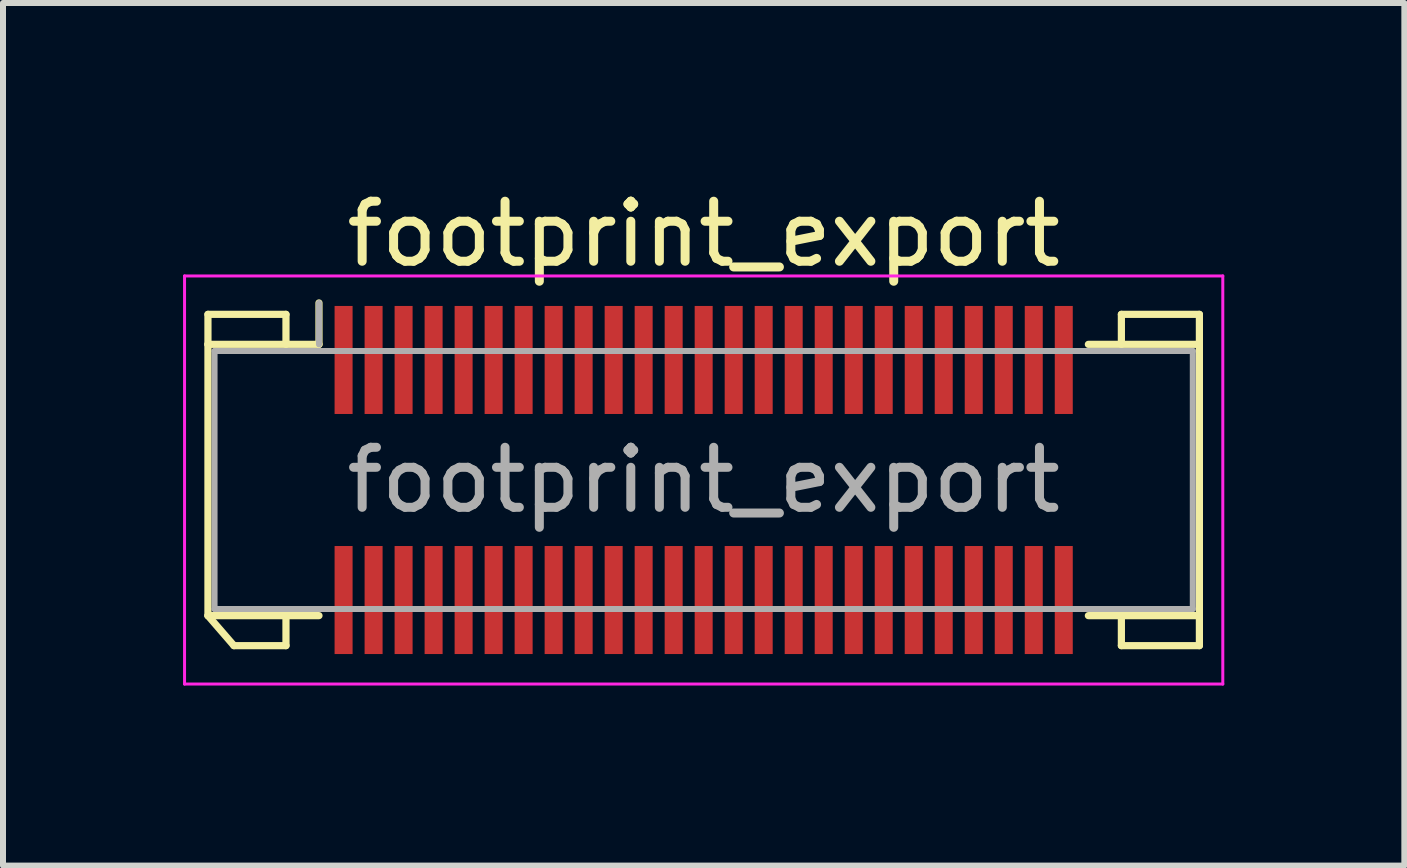
<source format=kicad_pcb>
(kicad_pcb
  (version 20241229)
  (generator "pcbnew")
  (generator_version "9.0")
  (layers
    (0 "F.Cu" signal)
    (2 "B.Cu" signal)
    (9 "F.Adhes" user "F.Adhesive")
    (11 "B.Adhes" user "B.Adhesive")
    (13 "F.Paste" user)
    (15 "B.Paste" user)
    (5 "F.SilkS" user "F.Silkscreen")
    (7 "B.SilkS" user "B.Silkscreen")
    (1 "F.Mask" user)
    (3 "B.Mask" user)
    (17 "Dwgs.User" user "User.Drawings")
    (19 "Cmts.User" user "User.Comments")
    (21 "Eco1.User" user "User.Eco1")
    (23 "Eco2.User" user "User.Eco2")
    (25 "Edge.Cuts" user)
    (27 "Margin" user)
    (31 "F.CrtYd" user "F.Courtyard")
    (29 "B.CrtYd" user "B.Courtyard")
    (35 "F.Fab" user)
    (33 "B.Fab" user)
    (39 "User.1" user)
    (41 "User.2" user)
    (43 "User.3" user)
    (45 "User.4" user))
  (footprint "footprint_export"
    (layer "F.Cu")
    (at 8.675 4.948)
    (property "Reference" "footprint_export" (at 0 -4.1 0) (layer "F.SilkS") (effects (font (size 1 1) (thickness 0.15))))
    (attr smd)
    (fp_line (start -8.26 -2.76) (end -6.96 -2.76) (stroke (width 0.12) (type solid)) (layer "F.SilkS"))
    (fp_line (start -8.26 -2.26) (end -8.26 -2.76) (stroke (width 0.12) (type solid)) (layer "F.SilkS"))
    (fp_line (start -8.26 -2.26) (end -6.41 -2.26) (stroke (width 0.12) (type solid)) (layer "F.SilkS"))
    (fp_line (start -8.26 2.26) (end -8.26 -2.26) (stroke (width 0.12) (type solid)) (layer "F.SilkS"))
    (fp_line (start -8.26 2.26) (end -7.827 2.76) (stroke (width 0.12) (type solid)) (layer "F.SilkS"))
    (fp_line (start -7.827 2.76) (end -6.96 2.76) (stroke (width 0.12) (type solid)) (layer "F.SilkS"))
    (fp_line (start -6.96 -2.76) (end -6.96 -2.26) (stroke (width 0.12) (type solid)) (layer "F.SilkS"))
    (fp_line (start -6.96 2.76) (end -6.96 2.26) (stroke (width 0.12) (type solid)) (layer "F.SilkS"))
    (fp_line (start -6.41 -2.26) (end -6.41 -2.95) (stroke (width 0.12) (type solid)) (layer "F.SilkS"))
    (fp_line (start -6.41 2.26) (end -8.26 2.26) (stroke (width 0.12) (type solid)) (layer "F.SilkS"))
    (fp_line (start 6.41 2.26) (end 8.26 2.26) (stroke (width 0.12) (type solid)) (layer "F.SilkS"))
    (fp_line (start 6.96 -2.76) (end 6.96 -2.26) (stroke (width 0.12) (type solid)) (layer "F.SilkS"))
    (fp_line (start 6.96 2.76) (end 6.96 2.26) (stroke (width 0.12) (type solid)) (layer "F.SilkS"))
    (fp_line (start 8.26 -2.76) (end 6.96 -2.76) (stroke (width 0.12) (type solid)) (layer "F.SilkS"))
    (fp_line (start 8.26 -2.26) (end 6.41 -2.26) (stroke (width 0.12) (type solid)) (layer "F.SilkS"))
    (fp_line (start 8.26 -2.26) (end 8.26 -2.76) (stroke (width 0.12) (type solid)) (layer "F.SilkS"))
    (fp_line (start 8.26 2.26) (end 8.26 -2.26) (stroke (width 0.12) (type solid)) (layer "F.SilkS"))
    (fp_line (start 8.26 2.26) (end 8.26 2.76) (stroke (width 0.12) (type solid)) (layer "F.SilkS"))
    (fp_line (start 8.26 2.76) (end 6.96 2.76) (stroke (width 0.12) (type solid)) (layer "F.SilkS"))
    (fp_line (start -8.65 -3.4) (end -8.65 3.4) (stroke (width 0.05) (type solid)) (layer "F.CrtYd"))
    (fp_line (start -8.65 3.4) (end 8.65 3.4) (stroke (width 0.05) (type solid)) (layer "F.CrtYd"))
    (fp_line (start 8.65 -3.4) (end -8.65 -3.4) (stroke (width 0.05) (type solid)) (layer "F.CrtYd"))
    (fp_line (start 8.65 3.4) (end 8.65 -3.4) (stroke (width 0.05) (type solid)) (layer "F.CrtYd"))
    (fp_line (start -8.15 -2.15) (end -8.15 2.15) (stroke (width 0.1) (type solid)) (layer "F.Fab"))
    (fp_line (start -8.15 2.15) (end 8.15 2.15) (stroke (width 0.1) (type solid)) (layer "F.Fab"))
    (fp_line (start -6.41 -2.26) (end -6.41 -2.95) (stroke (width 0.1) (type solid)) (layer "F.Fab"))
    (fp_line (start 8.15 -2.15) (end -8.15 -2.15) (stroke (width 0.1) (type solid)) (layer "F.Fab"))
    (fp_line (start 8.15 2.15) (end 8.15 -2.15) (stroke (width 0.1) (type solid)) (layer "F.Fab"))
    (fp_text user "${REFERENCE}" (at 0 0 0) (layer "F.Fab") (effects (font (size 1 1) (thickness 0.15))))
    (pad "1" smd rect (at -6 -2) (size 0.3 1.8) (layers "F.Cu" "F.Mask" "F.Paste"))
    (pad "2" smd rect (at -6 2) (size 0.3 1.8) (layers "F.Cu" "F.Mask" "F.Paste"))
    (pad "3" smd rect (at -5.5 -2) (size 0.3 1.8) (layers "F.Cu" "F.Mask" "F.Paste"))
    (pad "4" smd rect (at -5.5 2) (size 0.3 1.8) (layers "F.Cu" "F.Mask" "F.Paste"))
    (pad "5" smd rect (at -5 -2) (size 0.3 1.8) (layers "F.Cu" "F.Mask" "F.Paste"))
    (pad "6" smd rect (at -5 2) (size 0.3 1.8) (layers "F.Cu" "F.Mask" "F.Paste"))
    (pad "7" smd rect (at -4.5 -2) (size 0.3 1.8) (layers "F.Cu" "F.Mask" "F.Paste"))
    (pad "8" smd rect (at -4.5 2) (size 0.3 1.8) (layers "F.Cu" "F.Mask" "F.Paste"))
    (pad "9" smd rect (at -4 -2) (size 0.3 1.8) (layers "F.Cu" "F.Mask" "F.Paste"))
    (pad "10" smd rect (at -4 2) (size 0.3 1.8) (layers "F.Cu" "F.Mask" "F.Paste"))
    (pad "11" smd rect (at -3.5 -2) (size 0.3 1.8) (layers "F.Cu" "F.Mask" "F.Paste"))
    (pad "12" smd rect (at -3.5 2) (size 0.3 1.8) (layers "F.Cu" "F.Mask" "F.Paste"))
    (pad "13" smd rect (at -3 -2) (size 0.3 1.8) (layers "F.Cu" "F.Mask" "F.Paste"))
    (pad "14" smd rect (at -3 2) (size 0.3 1.8) (layers "F.Cu" "F.Mask" "F.Paste"))
    (pad "15" smd rect (at -2.5 -2) (size 0.3 1.8) (layers "F.Cu" "F.Mask" "F.Paste"))
    (pad "16" smd rect (at -2.5 2) (size 0.3 1.8) (layers "F.Cu" "F.Mask" "F.Paste"))
    (pad "17" smd rect (at -2 -2) (size 0.3 1.8) (layers "F.Cu" "F.Mask" "F.Paste"))
    (pad "18" smd rect (at -2 2) (size 0.3 1.8) (layers "F.Cu" "F.Mask" "F.Paste"))
    (pad "19" smd rect (at -1.5 -2) (size 0.3 1.8) (layers "F.Cu" "F.Mask" "F.Paste"))
    (pad "20" smd rect (at -1.5 2) (size 0.3 1.8) (layers "F.Cu" "F.Mask" "F.Paste"))
    (pad "21" smd rect (at -1 -2) (size 0.3 1.8) (layers "F.Cu" "F.Mask" "F.Paste"))
    (pad "22" smd rect (at -1 2) (size 0.3 1.8) (layers "F.Cu" "F.Mask" "F.Paste"))
    (pad "23" smd rect (at -0.5 -2) (size 0.3 1.8) (layers "F.Cu" "F.Mask" "F.Paste"))
    (pad "24" smd rect (at -0.5 2) (size 0.3 1.8) (layers "F.Cu" "F.Mask" "F.Paste"))
    (pad "25" smd rect (at 0 -2) (size 0.3 1.8) (layers "F.Cu" "F.Mask" "F.Paste"))
    (pad "26" smd rect (at 0 2) (size 0.3 1.8) (layers "F.Cu" "F.Mask" "F.Paste"))
    (pad "27" smd rect (at 0.5 -2) (size 0.3 1.8) (layers "F.Cu" "F.Mask" "F.Paste"))
    (pad "28" smd rect (at 0.5 2) (size 0.3 1.8) (layers "F.Cu" "F.Mask" "F.Paste"))
    (pad "29" smd rect (at 1 -2) (size 0.3 1.8) (layers "F.Cu" "F.Mask" "F.Paste"))
    (pad "30" smd rect (at 1 2) (size 0.3 1.8) (layers "F.Cu" "F.Mask" "F.Paste"))
    (pad "31" smd rect (at 1.5 -2) (size 0.3 1.8) (layers "F.Cu" "F.Mask" "F.Paste"))
    (pad "32" smd rect (at 1.5 2) (size 0.3 1.8) (layers "F.Cu" "F.Mask" "F.Paste"))
    (pad "33" smd rect (at 2 -2) (size 0.3 1.8) (layers "F.Cu" "F.Mask" "F.Paste"))
    (pad "34" smd rect (at 2 2) (size 0.3 1.8) (layers "F.Cu" "F.Mask" "F.Paste"))
    (pad "35" smd rect (at 2.5 -2) (size 0.3 1.8) (layers "F.Cu" "F.Mask" "F.Paste"))
    (pad "36" smd rect (at 2.5 2) (size 0.3 1.8) (layers "F.Cu" "F.Mask" "F.Paste"))
    (pad "37" smd rect (at 3 -2) (size 0.3 1.8) (layers "F.Cu" "F.Mask" "F.Paste"))
    (pad "38" smd rect (at 3 2) (size 0.3 1.8) (layers "F.Cu" "F.Mask" "F.Paste"))
    (pad "39" smd rect (at 3.5 -2) (size 0.3 1.8) (layers "F.Cu" "F.Mask" "F.Paste"))
    (pad "40" smd rect (at 3.5 2) (size 0.3 1.8) (layers "F.Cu" "F.Mask" "F.Paste"))
    (pad "41" smd rect (at 4 -2) (size 0.3 1.8) (layers "F.Cu" "F.Mask" "F.Paste"))
    (pad "42" smd rect (at 4 2) (size 0.3 1.8) (layers "F.Cu" "F.Mask" "F.Paste"))
    (pad "43" smd rect (at 4.5 -2) (size 0.3 1.8) (layers "F.Cu" "F.Mask" "F.Paste"))
    (pad "44" smd rect (at 4.5 2) (size 0.3 1.8) (layers "F.Cu" "F.Mask" "F.Paste"))
    (pad "45" smd rect (at 5 -2) (size 0.3 1.8) (layers "F.Cu" "F.Mask" "F.Paste"))
    (pad "46" smd rect (at 5 2) (size 0.3 1.8) (layers "F.Cu" "F.Mask" "F.Paste"))
    (pad "47" smd rect (at 5.5 -2) (size 0.3 1.8) (layers "F.Cu" "F.Mask" "F.Paste"))
    (pad "48" smd rect (at 5.5 2) (size 0.3 1.8) (layers "F.Cu" "F.Mask" "F.Paste"))
    (pad "49" smd rect (at 6 -2) (size 0.3 1.8) (layers "F.Cu" "F.Mask" "F.Paste"))
    (pad "50" smd rect (at 6 2) (size 0.3 1.8) (layers "F.Cu" "F.Mask" "F.Paste")))
  (gr_rect
    (start -3 -3)
    (end 20.35 11.373)
    (stroke (width 0.1) (type default))
    (fill no)
    (layer "Edge.Cuts")))
</source>
